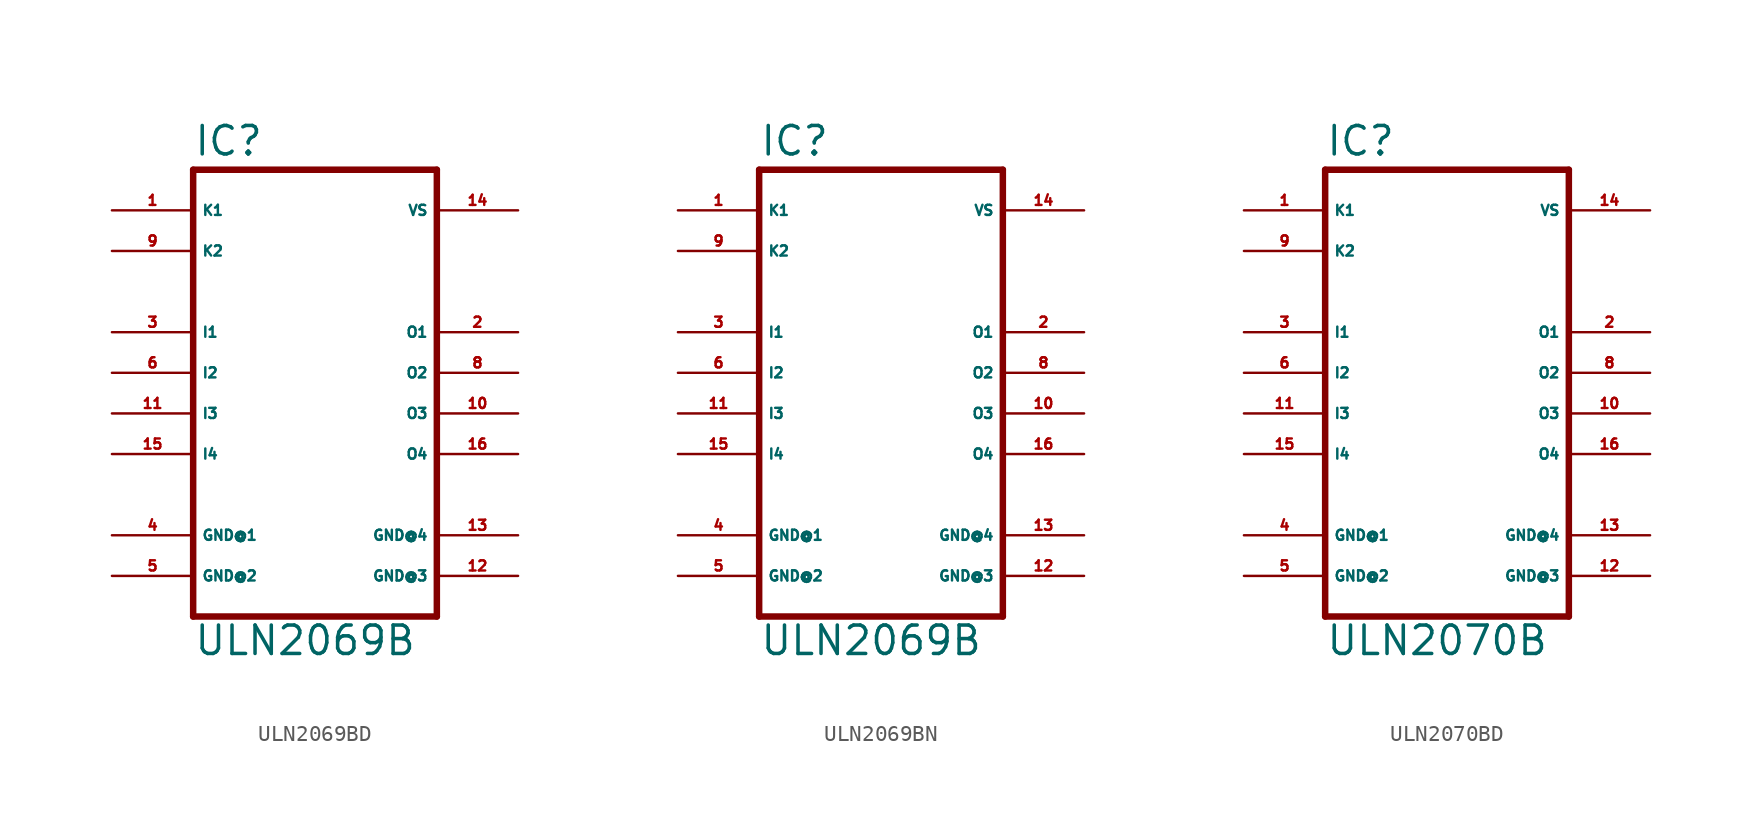
<source format=kicad_sym>
(kicad_symbol_lib
  (version 20220914)
  (generator Eagle2Kicad)
  (symbol "ULN2069BD"
    (property "Reference" "IC"
      (at -7.62 13.462 0)
      (effects (font (size 1.778 1.778) (thickness 0.22)) (justify left bottom)))
    (property "Value" "ULN2069B"
      (at -7.62 -17.78 0)
      (effects (font (size 1.778 1.778) (thickness 0.22)) (justify left bottom)))
    (polyline
      (pts (xy -7.62 12.7) (xy 7.62 12.7))
      (stroke (width 0.406) (type default))
      (fill (type none)))
    (polyline
      (pts (xy 7.62 -15.24) (xy 7.62 12.7))
      (stroke (width 0.406) (type default))
      (fill (type none)))
    (polyline
      (pts (xy 7.62 -15.24) (xy -7.62 -15.24))
      (stroke (width 0.406) (type default))
      (fill (type none)))
    (polyline
      (pts (xy -7.62 12.7) (xy -7.62 -15.24))
      (stroke (width 0.406) (type default))
      (fill (type none)))
    (pin input line
      (at -12.7 2.54 0)
      (length 5.08)
      (name "I1" (effects (font (size 0.635 0.635) (thickness 0.08)) (justify left bottom)))
      (number "3" (effects (font (size 0.635 0.635) (thickness 0.08)) (justify left bottom))))
    (pin input line
      (at -12.7 0 0)
      (length 5.08)
      (name "I2" (effects (font (size 0.635 0.635) (thickness 0.08)) (justify left bottom)))
      (number "6" (effects (font (size 0.635 0.635) (thickness 0.08)) (justify left bottom))))
    (pin input line
      (at -12.7 -2.54 0)
      (length 5.08)
      (name "I3" (effects (font (size 0.635 0.635) (thickness 0.08)) (justify left bottom)))
      (number "11" (effects (font (size 0.635 0.635) (thickness 0.08)) (justify left bottom))))
    (pin input line
      (at -12.7 -5.08 0)
      (length 5.08)
      (name "I4" (effects (font (size 0.635 0.635) (thickness 0.08)) (justify left bottom)))
      (number "15" (effects (font (size 0.635 0.635) (thickness 0.08)) (justify left bottom))))
    (pin open_collector line
      (at 12.7 2.54 180)
      (length 5.08)
      (name "O1" (effects (font (size 0.635 0.635) (thickness 0.08)) (justify left bottom)))
      (number "2" (effects (font (size 0.635 0.635) (thickness 0.08)) (justify left bottom))))
    (pin open_collector line
      (at 12.7 0 180)
      (length 5.08)
      (name "O2" (effects (font (size 0.635 0.635) (thickness 0.08)) (justify left bottom)))
      (number "8" (effects (font (size 0.635 0.635) (thickness 0.08)) (justify left bottom))))
    (pin open_collector line
      (at 12.7 -2.54 180)
      (length 5.08)
      (name "O3" (effects (font (size 0.635 0.635) (thickness 0.08)) (justify left bottom)))
      (number "10" (effects (font (size 0.635 0.635) (thickness 0.08)) (justify left bottom))))
    (pin open_collector line
      (at 12.7 -5.08 180)
      (length 5.08)
      (name "O4" (effects (font (size 0.635 0.635) (thickness 0.08)) (justify left bottom)))
      (number "16" (effects (font (size 0.635 0.635) (thickness 0.08)) (justify left bottom))))
    (pin passive line
      (at -12.7 7.62 0)
      (length 5.08)
      (name "K2" (effects (font (size 0.635 0.635) (thickness 0.08)) (justify left bottom)))
      (number "9" (effects (font (size 0.635 0.635) (thickness 0.08)) (justify left bottom))))
    (pin unspecified line
      (at -12.7 -12.7 0)
      (length 5.08)
      (name "GND@2" (effects (font (size 0.635 0.635) (thickness 0.08)) (justify left bottom)))
      (number "5" (effects (font (size 0.635 0.635) (thickness 0.08)) (justify left bottom))))
    (pin passive line
      (at -12.7 10.16 0)
      (length 5.08)
      (name "K1" (effects (font (size 0.635 0.635) (thickness 0.08)) (justify left bottom)))
      (number "1" (effects (font (size 0.635 0.635) (thickness 0.08)) (justify left bottom))))
    (pin unspecified line
      (at 12.7 -10.16 180)
      (length 5.08)
      (name "GND@4" (effects (font (size 0.635 0.635) (thickness 0.08)) (justify left bottom)))
      (number "13" (effects (font (size 0.635 0.635) (thickness 0.08)) (justify left bottom))))
    (pin unspecified line
      (at -12.7 -10.16 0)
      (length 5.08)
      (name "GND@1" (effects (font (size 0.635 0.635) (thickness 0.08)) (justify left bottom)))
      (number "4" (effects (font (size 0.635 0.635) (thickness 0.08)) (justify left bottom))))
    (pin unspecified line
      (at 12.7 -12.7 180)
      (length 5.08)
      (name "GND@3" (effects (font (size 0.635 0.635) (thickness 0.08)) (justify left bottom)))
      (number "12" (effects (font (size 0.635 0.635) (thickness 0.08)) (justify left bottom))))
    (pin unspecified line
      (at 12.7 10.16 180)
      (length 5.08)
      (name "VS" (effects (font (size 0.635 0.635) (thickness 0.08)) (justify left bottom)))
      (number "14" (effects (font (size 0.635 0.635) (thickness 0.08)) (justify left bottom)))))
  (symbol "ULN2069BN"
    (property "Reference" "IC"
      (at -7.62 13.462 0)
      (effects (font (size 1.778 1.778) (thickness 0.22)) (justify left bottom)))
    (property "Value" "ULN2069B"
      (at -7.62 -17.78 0)
      (effects (font (size 1.778 1.778) (thickness 0.22)) (justify left bottom)))
    (polyline
      (pts (xy -7.62 12.7) (xy 7.62 12.7))
      (stroke (width 0.406) (type default))
      (fill (type none)))
    (polyline
      (pts (xy 7.62 -15.24) (xy 7.62 12.7))
      (stroke (width 0.406) (type default))
      (fill (type none)))
    (polyline
      (pts (xy 7.62 -15.24) (xy -7.62 -15.24))
      (stroke (width 0.406) (type default))
      (fill (type none)))
    (polyline
      (pts (xy -7.62 12.7) (xy -7.62 -15.24))
      (stroke (width 0.406) (type default))
      (fill (type none)))
    (pin input line
      (at -12.7 2.54 0)
      (length 5.08)
      (name "I1" (effects (font (size 0.635 0.635) (thickness 0.08)) (justify left bottom)))
      (number "3" (effects (font (size 0.635 0.635) (thickness 0.08)) (justify left bottom))))
    (pin input line
      (at -12.7 0 0)
      (length 5.08)
      (name "I2" (effects (font (size 0.635 0.635) (thickness 0.08)) (justify left bottom)))
      (number "6" (effects (font (size 0.635 0.635) (thickness 0.08)) (justify left bottom))))
    (pin input line
      (at -12.7 -2.54 0)
      (length 5.08)
      (name "I3" (effects (font (size 0.635 0.635) (thickness 0.08)) (justify left bottom)))
      (number "11" (effects (font (size 0.635 0.635) (thickness 0.08)) (justify left bottom))))
    (pin input line
      (at -12.7 -5.08 0)
      (length 5.08)
      (name "I4" (effects (font (size 0.635 0.635) (thickness 0.08)) (justify left bottom)))
      (number "15" (effects (font (size 0.635 0.635) (thickness 0.08)) (justify left bottom))))
    (pin open_collector line
      (at 12.7 2.54 180)
      (length 5.08)
      (name "O1" (effects (font (size 0.635 0.635) (thickness 0.08)) (justify left bottom)))
      (number "2" (effects (font (size 0.635 0.635) (thickness 0.08)) (justify left bottom))))
    (pin open_collector line
      (at 12.7 0 180)
      (length 5.08)
      (name "O2" (effects (font (size 0.635 0.635) (thickness 0.08)) (justify left bottom)))
      (number "8" (effects (font (size 0.635 0.635) (thickness 0.08)) (justify left bottom))))
    (pin open_collector line
      (at 12.7 -2.54 180)
      (length 5.08)
      (name "O3" (effects (font (size 0.635 0.635) (thickness 0.08)) (justify left bottom)))
      (number "10" (effects (font (size 0.635 0.635) (thickness 0.08)) (justify left bottom))))
    (pin open_collector line
      (at 12.7 -5.08 180)
      (length 5.08)
      (name "O4" (effects (font (size 0.635 0.635) (thickness 0.08)) (justify left bottom)))
      (number "16" (effects (font (size 0.635 0.635) (thickness 0.08)) (justify left bottom))))
    (pin passive line
      (at -12.7 7.62 0)
      (length 5.08)
      (name "K2" (effects (font (size 0.635 0.635) (thickness 0.08)) (justify left bottom)))
      (number "9" (effects (font (size 0.635 0.635) (thickness 0.08)) (justify left bottom))))
    (pin unspecified line
      (at -12.7 -12.7 0)
      (length 5.08)
      (name "GND@2" (effects (font (size 0.635 0.635) (thickness 0.08)) (justify left bottom)))
      (number "5" (effects (font (size 0.635 0.635) (thickness 0.08)) (justify left bottom))))
    (pin passive line
      (at -12.7 10.16 0)
      (length 5.08)
      (name "K1" (effects (font (size 0.635 0.635) (thickness 0.08)) (justify left bottom)))
      (number "1" (effects (font (size 0.635 0.635) (thickness 0.08)) (justify left bottom))))
    (pin unspecified line
      (at 12.7 -10.16 180)
      (length 5.08)
      (name "GND@4" (effects (font (size 0.635 0.635) (thickness 0.08)) (justify left bottom)))
      (number "13" (effects (font (size 0.635 0.635) (thickness 0.08)) (justify left bottom))))
    (pin unspecified line
      (at -12.7 -10.16 0)
      (length 5.08)
      (name "GND@1" (effects (font (size 0.635 0.635) (thickness 0.08)) (justify left bottom)))
      (number "4" (effects (font (size 0.635 0.635) (thickness 0.08)) (justify left bottom))))
    (pin unspecified line
      (at 12.7 -12.7 180)
      (length 5.08)
      (name "GND@3" (effects (font (size 0.635 0.635) (thickness 0.08)) (justify left bottom)))
      (number "12" (effects (font (size 0.635 0.635) (thickness 0.08)) (justify left bottom))))
    (pin unspecified line
      (at 12.7 10.16 180)
      (length 5.08)
      (name "VS" (effects (font (size 0.635 0.635) (thickness 0.08)) (justify left bottom)))
      (number "14" (effects (font (size 0.635 0.635) (thickness 0.08)) (justify left bottom)))))
  (symbol "ULN2070BD"
    (property "Reference" "IC"
      (at -7.62 13.462 0)
      (effects (font (size 1.778 1.778) (thickness 0.22)) (justify left bottom)))
    (property "Value" "ULN2070B"
      (at -7.62 -17.78 0)
      (effects (font (size 1.778 1.778) (thickness 0.22)) (justify left bottom)))
    (polyline
      (pts (xy -7.62 12.7) (xy 7.62 12.7))
      (stroke (width 0.406) (type default))
      (fill (type none)))
    (polyline
      (pts (xy 7.62 -15.24) (xy 7.62 12.7))
      (stroke (width 0.406) (type default))
      (fill (type none)))
    (polyline
      (pts (xy 7.62 -15.24) (xy -7.62 -15.24))
      (stroke (width 0.406) (type default))
      (fill (type none)))
    (polyline
      (pts (xy -7.62 12.7) (xy -7.62 -15.24))
      (stroke (width 0.406) (type default))
      (fill (type none)))
    (pin input line
      (at -12.7 2.54 0)
      (length 5.08)
      (name "I1" (effects (font (size 0.635 0.635) (thickness 0.08)) (justify left bottom)))
      (number "3" (effects (font (size 0.635 0.635) (thickness 0.08)) (justify left bottom))))
    (pin input line
      (at -12.7 0 0)
      (length 5.08)
      (name "I2" (effects (font (size 0.635 0.635) (thickness 0.08)) (justify left bottom)))
      (number "6" (effects (font (size 0.635 0.635) (thickness 0.08)) (justify left bottom))))
    (pin input line
      (at -12.7 -2.54 0)
      (length 5.08)
      (name "I3" (effects (font (size 0.635 0.635) (thickness 0.08)) (justify left bottom)))
      (number "11" (effects (font (size 0.635 0.635) (thickness 0.08)) (justify left bottom))))
    (pin input line
      (at -12.7 -5.08 0)
      (length 5.08)
      (name "I4" (effects (font (size 0.635 0.635) (thickness 0.08)) (justify left bottom)))
      (number "15" (effects (font (size 0.635 0.635) (thickness 0.08)) (justify left bottom))))
    (pin open_collector line
      (at 12.7 2.54 180)
      (length 5.08)
      (name "O1" (effects (font (size 0.635 0.635) (thickness 0.08)) (justify left bottom)))
      (number "2" (effects (font (size 0.635 0.635) (thickness 0.08)) (justify left bottom))))
    (pin open_collector line
      (at 12.7 0 180)
      (length 5.08)
      (name "O2" (effects (font (size 0.635 0.635) (thickness 0.08)) (justify left bottom)))
      (number "8" (effects (font (size 0.635 0.635) (thickness 0.08)) (justify left bottom))))
    (pin open_collector line
      (at 12.7 -2.54 180)
      (length 5.08)
      (name "O3" (effects (font (size 0.635 0.635) (thickness 0.08)) (justify left bottom)))
      (number "10" (effects (font (size 0.635 0.635) (thickness 0.08)) (justify left bottom))))
    (pin open_collector line
      (at 12.7 -5.08 180)
      (length 5.08)
      (name "O4" (effects (font (size 0.635 0.635) (thickness 0.08)) (justify left bottom)))
      (number "16" (effects (font (size 0.635 0.635) (thickness 0.08)) (justify left bottom))))
    (pin passive line
      (at -12.7 7.62 0)
      (length 5.08)
      (name "K2" (effects (font (size 0.635 0.635) (thickness 0.08)) (justify left bottom)))
      (number "9" (effects (font (size 0.635 0.635) (thickness 0.08)) (justify left bottom))))
    (pin unspecified line
      (at -12.7 -12.7 0)
      (length 5.08)
      (name "GND@2" (effects (font (size 0.635 0.635) (thickness 0.08)) (justify left bottom)))
      (number "5" (effects (font (size 0.635 0.635) (thickness 0.08)) (justify left bottom))))
    (pin passive line
      (at -12.7 10.16 0)
      (length 5.08)
      (name "K1" (effects (font (size 0.635 0.635) (thickness 0.08)) (justify left bottom)))
      (number "1" (effects (font (size 0.635 0.635) (thickness 0.08)) (justify left bottom))))
    (pin unspecified line
      (at 12.7 -10.16 180)
      (length 5.08)
      (name "GND@4" (effects (font (size 0.635 0.635) (thickness 0.08)) (justify left bottom)))
      (number "13" (effects (font (size 0.635 0.635) (thickness 0.08)) (justify left bottom))))
    (pin unspecified line
      (at -12.7 -10.16 0)
      (length 5.08)
      (name "GND@1" (effects (font (size 0.635 0.635) (thickness 0.08)) (justify left bottom)))
      (number "4" (effects (font (size 0.635 0.635) (thickness 0.08)) (justify left bottom))))
    (pin unspecified line
      (at 12.7 -12.7 180)
      (length 5.08)
      (name "GND@3" (effects (font (size 0.635 0.635) (thickness 0.08)) (justify left bottom)))
      (number "12" (effects (font (size 0.635 0.635) (thickness 0.08)) (justify left bottom))))
    (pin unspecified line
      (at 12.7 10.16 180)
      (length 5.08)
      (name "VS" (effects (font (size 0.635 0.635) (thickness 0.08)) (justify left bottom)))
      (number "14" (effects (font (size 0.635 0.635) (thickness 0.08)) (justify left bottom))))))
</source>
